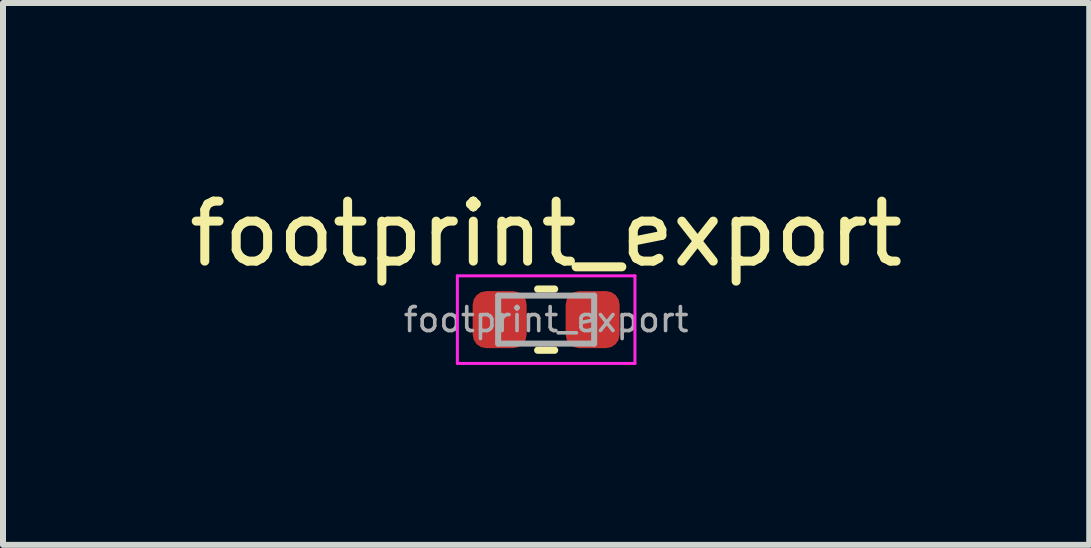
<source format=kicad_pcb>
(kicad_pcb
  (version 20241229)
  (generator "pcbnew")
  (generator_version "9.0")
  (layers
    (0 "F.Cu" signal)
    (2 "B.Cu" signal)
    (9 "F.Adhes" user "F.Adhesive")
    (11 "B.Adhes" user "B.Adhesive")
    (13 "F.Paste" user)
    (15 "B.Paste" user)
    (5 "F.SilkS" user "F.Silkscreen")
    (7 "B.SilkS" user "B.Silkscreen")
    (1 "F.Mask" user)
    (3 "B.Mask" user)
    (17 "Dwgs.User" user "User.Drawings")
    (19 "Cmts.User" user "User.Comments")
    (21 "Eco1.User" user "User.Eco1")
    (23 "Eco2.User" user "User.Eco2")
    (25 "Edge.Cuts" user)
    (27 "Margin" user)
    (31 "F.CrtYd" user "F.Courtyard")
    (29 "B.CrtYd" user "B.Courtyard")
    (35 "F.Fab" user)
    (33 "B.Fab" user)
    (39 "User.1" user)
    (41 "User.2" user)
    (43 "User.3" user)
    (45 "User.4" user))
  (footprint "footprint_export"
    (layer "F.Cu")
    (at 6.054 2.278)
    (property "Reference" "footprint_export" (at 0 -1.43 0) (layer "F.SilkS") (effects (font (size 1 1) (thickness 0.15))))
    (attr smd)
    (fp_line (start -0.141 -0.51) (end 0.141 -0.51) (stroke (width 0.12) (type solid)) (layer "F.SilkS"))
    (fp_line (start -0.141 0.51) (end 0.141 0.51) (stroke (width 0.12) (type solid)) (layer "F.SilkS"))
    (fp_line (start -1.48 -0.73) (end 1.48 -0.73) (stroke (width 0.05) (type solid)) (layer "F.CrtYd"))
    (fp_line (start -1.48 0.73) (end -1.48 -0.73) (stroke (width 0.05) (type solid)) (layer "F.CrtYd"))
    (fp_line (start 1.48 -0.73) (end 1.48 0.73) (stroke (width 0.05) (type solid)) (layer "F.CrtYd"))
    (fp_line (start 1.48 0.73) (end -1.48 0.73) (stroke (width 0.05) (type solid)) (layer "F.CrtYd"))
    (fp_line (start -0.8 -0.4) (end 0.8 -0.4) (stroke (width 0.1) (type solid)) (layer "F.Fab"))
    (fp_line (start -0.8 0.4) (end -0.8 -0.4) (stroke (width 0.1) (type solid)) (layer "F.Fab"))
    (fp_line (start 0.8 -0.4) (end 0.8 0.4) (stroke (width 0.1) (type solid)) (layer "F.Fab"))
    (fp_line (start 0.8 0.4) (end -0.8 0.4) (stroke (width 0.1) (type solid)) (layer "F.Fab"))
    (fp_text user "${REFERENCE}" (at 0 0 0) (layer "F.Fab") (effects (font (size 0.4 0.4) (thickness 0.06))))
    (pad "1" smd roundrect (at -0.775 0) (size 0.9 0.95) (layers "F.Cu" "F.Mask" "F.Paste") (roundrect_rratio 0.25))
    (pad "2" smd roundrect (at 0.775 0) (size 0.9 0.95) (layers "F.Cu" "F.Mask" "F.Paste") (roundrect_rratio 0.25)))
  (gr_rect
    (start -3 -3)
    (end 15.107 6.033)
    (stroke (width 0.1) (type default))
    (fill no)
    (layer "Edge.Cuts")))
</source>
